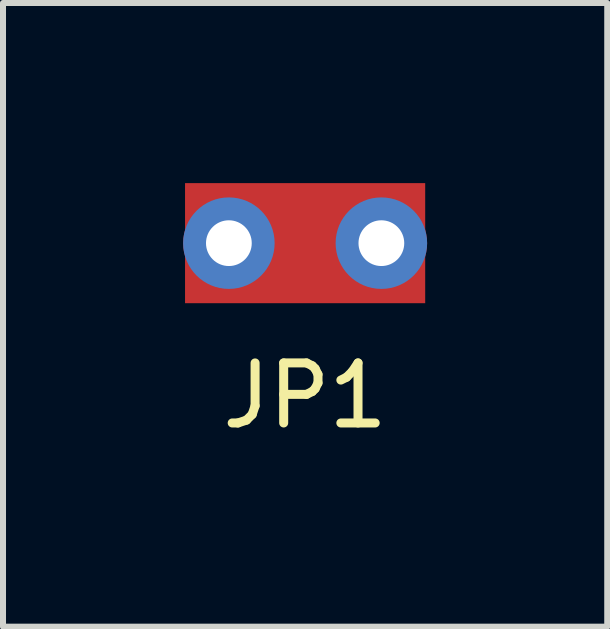
<source format=kicad_pcb>
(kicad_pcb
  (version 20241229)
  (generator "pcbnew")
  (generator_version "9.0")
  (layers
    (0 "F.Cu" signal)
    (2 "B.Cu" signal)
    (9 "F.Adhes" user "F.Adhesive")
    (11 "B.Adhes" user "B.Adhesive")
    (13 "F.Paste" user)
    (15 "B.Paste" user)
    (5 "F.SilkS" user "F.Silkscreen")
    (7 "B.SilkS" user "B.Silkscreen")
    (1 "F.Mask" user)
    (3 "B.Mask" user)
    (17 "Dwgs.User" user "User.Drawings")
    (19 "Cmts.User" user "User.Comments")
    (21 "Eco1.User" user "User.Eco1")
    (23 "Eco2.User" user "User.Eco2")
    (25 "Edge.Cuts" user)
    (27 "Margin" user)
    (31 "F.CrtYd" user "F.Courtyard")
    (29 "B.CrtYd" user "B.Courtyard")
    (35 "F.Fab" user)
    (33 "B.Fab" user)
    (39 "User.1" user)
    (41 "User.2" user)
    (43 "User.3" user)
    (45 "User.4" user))
  (footprint "JP1"
    (layer "F.Cu")
    (at 2.032 1)
    (property "Reference" "JP1" (at 0 2.54 0) (layer "F.SilkS") (effects (font (size 1 1) (thickness 0.15))))
    (attr through_hole)
    (pad "" smd rect (at 0 0) (size 4 2) (layers "F.Cu" "F.Mask" "F.Paste"))
    (pad "1" thru_hole circle (at -1.27 0) (size 1.524 1.524) (drill 0.762) (layers "*.Cu" "*.Mask"))
    (pad "2" thru_hole circle (at 1.27 0) (size 1.524 1.524) (drill 0.762) (layers "*.Cu" "*.Mask")))
  (gr_rect
    (start -3 -3)
    (end 7.064 7.388)
    (stroke (width 0.1) (type default))
    (fill no)
    (layer "Edge.Cuts")))
</source>
